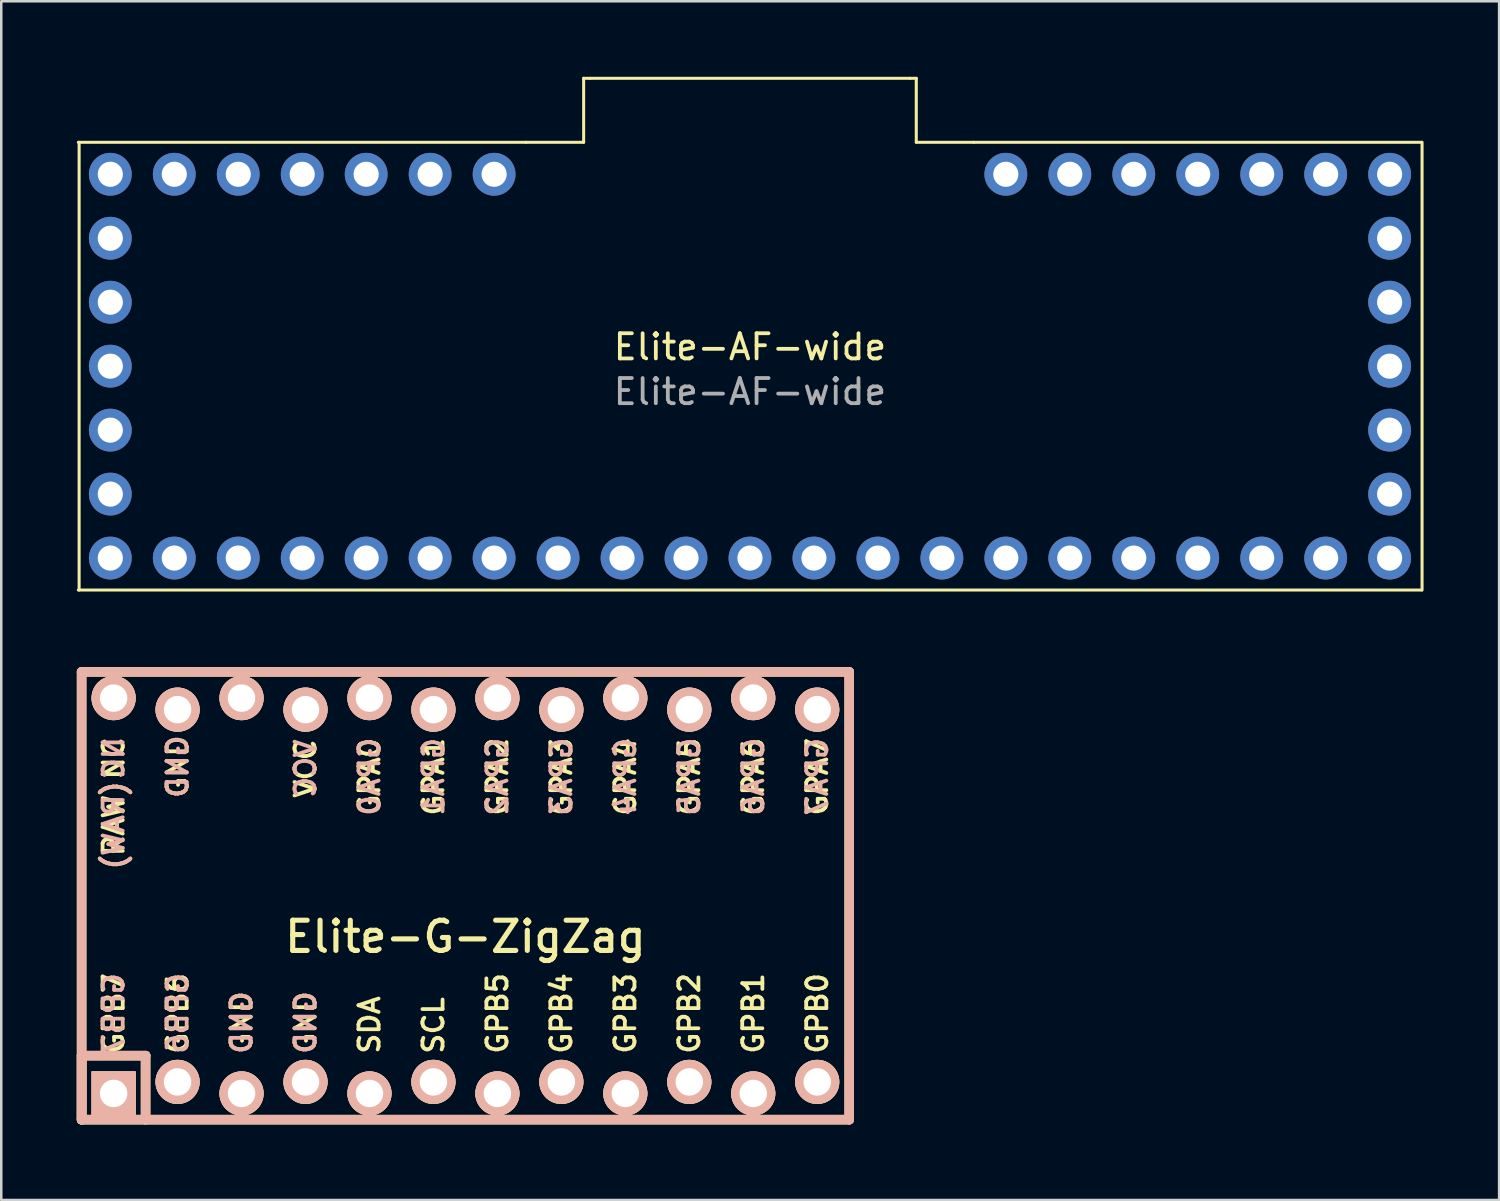
<source format=kicad_pcb>
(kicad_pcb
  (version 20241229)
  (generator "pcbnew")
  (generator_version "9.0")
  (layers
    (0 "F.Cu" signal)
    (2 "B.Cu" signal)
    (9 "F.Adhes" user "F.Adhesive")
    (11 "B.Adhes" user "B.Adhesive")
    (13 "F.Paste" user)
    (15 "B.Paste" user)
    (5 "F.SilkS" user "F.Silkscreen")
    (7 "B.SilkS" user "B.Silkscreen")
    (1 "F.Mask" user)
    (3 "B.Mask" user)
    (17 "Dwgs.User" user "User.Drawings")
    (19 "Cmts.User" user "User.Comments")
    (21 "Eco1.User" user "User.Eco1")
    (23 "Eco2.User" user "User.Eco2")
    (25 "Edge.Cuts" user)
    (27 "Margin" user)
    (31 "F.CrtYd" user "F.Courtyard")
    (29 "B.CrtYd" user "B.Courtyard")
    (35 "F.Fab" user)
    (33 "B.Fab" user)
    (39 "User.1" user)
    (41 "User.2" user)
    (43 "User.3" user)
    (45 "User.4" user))
  (footprint "Elite-AF-wide"
    (layer "F.Cu")
    (at 26.73 11.49)
    (property "Reference" "Elite-AF-wide" (at 0 -0.762 0) (unlocked yes) (layer "F.SilkS") (effects (font (size 1 1) (thickness 0.15))))
    (attr through_hole)
    (fp_line (start -26.67 -8.89) (end -8.89 -8.89) (stroke (width 0.12) (type solid)) (layer "F.SilkS"))
    (fp_line (start -26.67 8.89) (end 26.67 8.89) (stroke (width 0.12) (type solid)) (layer "F.SilkS"))
    (fp_line (start -26.638 8.89) (end -26.638 -8.89) (stroke (width 0.12) (type solid)) (layer "F.SilkS"))
    (fp_line (start -8.89 -8.89) (end -6.604 -8.89) (stroke (width 0.12) (type solid)) (layer "F.SilkS"))
    (fp_line (start -6.604 -11.43) (end -6.35 -11.43) (stroke (width 0.12) (type solid)) (layer "F.SilkS"))
    (fp_line (start -6.604 -8.89) (end -6.604 -11.43) (stroke (width 0.12) (type solid)) (layer "F.SilkS"))
    (fp_line (start -6.35 -11.43) (end 6.35 -11.43) (stroke (width 0.12) (type solid)) (layer "F.SilkS"))
    (fp_line (start 6.604 -11.43) (end 6.35 -11.43) (stroke (width 0.12) (type solid)) (layer "F.SilkS"))
    (fp_line (start 6.604 -8.89) (end 6.604 -11.43) (stroke (width 0.12) (type solid)) (layer "F.SilkS"))
    (fp_line (start 8.89 -8.89) (end 6.604 -8.89) (stroke (width 0.12) (type solid)) (layer "F.SilkS"))
    (fp_line (start 26.67 -8.89) (end 8.89 -8.89) (stroke (width 0.12) (type solid)) (layer "F.SilkS"))
    (fp_line (start 26.688 8.89) (end 26.688 -8.89) (stroke (width 0.12) (type solid)) (layer "F.SilkS"))
    (fp_text user "${REFERENCE}" (at 0 1.016 0) (unlocked yes) (layer "F.Fab") (effects (font (size 1 1) (thickness 0.15))))
    (pad "1" thru_hole circle (at -10.16 -7.62) (size 1.7 1.7) (drill 1) (layers "*.Cu" "*.Mask"))
    (pad "2" thru_hole circle (at -12.7 -7.62) (size 1.7 1.7) (drill 1) (layers "*.Cu" "*.Mask"))
    (pad "3" thru_hole circle (at -15.24 -7.62) (size 1.7 1.7) (drill 1) (layers "*.Cu" "*.Mask"))
    (pad "4" thru_hole circle (at -17.78 -7.62) (size 1.7 1.7) (drill 1) (layers "*.Cu" "*.Mask"))
    (pad "5" thru_hole circle (at -20.32 -7.62) (size 1.7 1.7) (drill 1) (layers "*.Cu" "*.Mask"))
    (pad "6" thru_hole circle (at -25.4 -7.62) (size 1.7 1.7) (drill 1) (layers "*.Cu" "*.Mask"))
    (pad "6" thru_hole circle (at -22.86 -7.62) (size 1.7 1.7) (drill 1) (layers "*.Cu" "*.Mask"))
    (pad "7" thru_hole circle (at -25.4 -5.08) (size 1.7 1.7) (drill 1) (layers "*.Cu" "*.Mask"))
    (pad "8" thru_hole circle (at -25.4 -2.54) (size 1.7 1.7) (drill 1) (layers "*.Cu" "*.Mask"))
    (pad "9" thru_hole circle (at -25.4 0) (size 1.7 1.7) (drill 1) (layers "*.Cu" "*.Mask"))
    (pad "10" thru_hole circle (at -25.4 2.54) (size 1.7 1.7) (drill 1) (layers "*.Cu" "*.Mask"))
    (pad "11" thru_hole circle (at -25.4 5.08) (size 1.7 1.7) (drill 1) (layers "*.Cu" "*.Mask"))
    (pad "12" thru_hole circle (at -25.4 7.62) (size 1.7 1.7) (drill 1) (layers "*.Cu" "*.Mask"))
    (pad "12" thru_hole circle (at -22.86 7.62) (size 1.7 1.7) (drill 1) (layers "*.Cu" "*.Mask"))
    (pad "13" thru_hole circle (at -20.32 7.62) (size 1.7 1.7) (drill 1) (layers "*.Cu" "*.Mask"))
    (pad "14" thru_hole circle (at -17.78 7.62) (size 1.7 1.7) (drill 1) (layers "*.Cu" "*.Mask"))
    (pad "15" thru_hole circle (at -15.24 7.62) (size 1.7 1.7) (drill 1) (layers "*.Cu" "*.Mask"))
    (pad "16" thru_hole circle (at -12.7 7.62) (size 1.7 1.7) (drill 1) (layers "*.Cu" "*.Mask"))
    (pad "17" thru_hole circle (at -10.16 7.62) (size 1.7 1.7) (drill 1) (layers "*.Cu" "*.Mask"))
    (pad "18" thru_hole circle (at -7.62 7.62) (size 1.7 1.7) (drill 1) (layers "*.Cu" "*.Mask"))
    (pad "19" thru_hole circle (at -5.08 7.62) (size 1.7 1.7) (drill 1) (layers "*.Cu" "*.Mask"))
    (pad "20" thru_hole circle (at -2.54 7.62) (size 1.7 1.7) (drill 1) (layers "*.Cu" "*.Mask"))
    (pad "21" thru_hole circle (at 0 7.62) (size 1.7 1.7) (drill 1) (layers "*.Cu" "*.Mask"))
    (pad "22" thru_hole circle (at 2.54 7.62) (size 1.7 1.7) (drill 1) (layers "*.Cu" "*.Mask"))
    (pad "23" thru_hole circle (at 5.08 7.62) (size 1.7 1.7) (drill 1) (layers "*.Cu" "*.Mask"))
    (pad "24" thru_hole circle (at 7.62 7.62) (size 1.7 1.7) (drill 1) (layers "*.Cu" "*.Mask"))
    (pad "25" thru_hole circle (at 10.16 7.62) (size 1.7 1.7) (drill 1) (layers "*.Cu" "*.Mask"))
    (pad "26" thru_hole circle (at 12.7 7.62) (size 1.7 1.7) (drill 1) (layers "*.Cu" "*.Mask"))
    (pad "27" thru_hole circle (at 15.24 7.62) (size 1.7 1.7) (drill 1) (layers "*.Cu" "*.Mask"))
    (pad "28" thru_hole circle (at 17.78 7.62) (size 1.7 1.7) (drill 1) (layers "*.Cu" "*.Mask"))
    (pad "29" thru_hole circle (at 20.32 7.62) (size 1.7 1.7) (drill 1) (layers "*.Cu" "*.Mask"))
    (pad "30" thru_hole circle (at 22.86 7.62) (size 1.7 1.7) (drill 1) (layers "*.Cu" "*.Mask"))
    (pad "30" thru_hole circle (at 25.4 7.62) (size 1.7 1.7) (drill 1) (layers "*.Cu" "*.Mask"))
    (pad "31" thru_hole circle (at 25.4 5.08) (size 1.7 1.7) (drill 1) (layers "*.Cu" "*.Mask"))
    (pad "32" thru_hole circle (at 25.4 2.54) (size 1.7 1.7) (drill 1) (layers "*.Cu" "*.Mask"))
    (pad "33" thru_hole circle (at 25.4 0) (size 1.7 1.7) (drill 1) (layers "*.Cu" "*.Mask"))
    (pad "34" thru_hole circle (at 25.4 -2.54) (size 1.7 1.7) (drill 1) (layers "*.Cu" "*.Mask"))
    (pad "35" thru_hole circle (at 25.4 -5.08) (size 1.7 1.7) (drill 1) (layers "*.Cu" "*.Mask"))
    (pad "36" thru_hole circle (at 22.86 -7.62) (size 1.7 1.7) (drill 1) (layers "*.Cu" "*.Mask"))
    (pad "36" thru_hole circle (at 25.4 -7.62) (size 1.7 1.7) (drill 1) (layers "*.Cu" "*.Mask"))
    (pad "37" thru_hole circle (at 20.32 -7.62) (size 1.7 1.7) (drill 1) (layers "*.Cu" "*.Mask"))
    (pad "38" thru_hole circle (at 17.78 -7.62) (size 1.7 1.7) (drill 1) (layers "*.Cu" "*.Mask"))
    (pad "39" thru_hole circle (at 15.24 -7.62) (size 1.7 1.7) (drill 1) (layers "*.Cu" "*.Mask"))
    (pad "40" thru_hole circle (at 12.7 -7.62) (size 1.7 1.7) (drill 1) (layers "*.Cu" "*.Mask"))
    (pad "41" thru_hole circle (at 10.16 -7.62) (size 1.7 1.7) (drill 1) (layers "*.Cu" "*.Mask")))
  (footprint "Elite-G-ZigZag"
    (layer "F.Cu")
    (at 15.431 32.52)
    (property "Reference" "Elite-G-ZigZag" (at 0 1.625 0) (layer "F.SilkS") (effects (font (size 1.2 1.2) (thickness 0.203))))
    (fp_line (start -15.24 -8.89) (end -15.24 8.89) (stroke (width 0.381) (type solid)) (layer "F.SilkS"))
    (fp_line (start -15.24 6.35) (end -15.24 8.89) (stroke (width 0.381) (type solid)) (layer "F.SilkS"))
    (fp_line (start -15.24 6.35) (end -12.7 6.35) (stroke (width 0.381) (type solid)) (layer "F.SilkS"))
    (fp_line (start -15.24 8.89) (end 15.24 8.89) (stroke (width 0.381) (type solid)) (layer "F.SilkS"))
    (fp_line (start -12.7 6.35) (end -12.7 8.89) (stroke (width 0.381) (type solid)) (layer "F.SilkS"))
    (fp_line (start 15.24 -8.89) (end -15.24 -8.89) (stroke (width 0.381) (type solid)) (layer "F.SilkS"))
    (fp_line (start 15.24 8.89) (end 15.24 -8.89) (stroke (width 0.381) (type solid)) (layer "F.SilkS"))
    (fp_line (start -15.24 -8.89) (end -15.24 8.89) (stroke (width 0.381) (type solid)) (layer "B.SilkS"))
    (fp_line (start -15.24 6.35) (end -15.24 8.89) (stroke (width 0.381) (type solid)) (layer "B.SilkS"))
    (fp_line (start -15.24 6.35) (end -12.7 6.35) (stroke (width 0.381) (type solid)) (layer "B.SilkS"))
    (fp_line (start -15.24 8.89) (end 15.24 8.89) (stroke (width 0.381) (type solid)) (layer "B.SilkS"))
    (fp_line (start -12.7 6.35) (end -12.7 8.89) (stroke (width 0.381) (type solid)) (layer "B.SilkS"))
    (fp_line (start 15.24 -8.89) (end -15.24 -8.89) (stroke (width 0.381) (type solid)) (layer "B.SilkS"))
    (fp_line (start 15.24 8.89) (end 15.24 -8.89) (stroke (width 0.381) (type solid)) (layer "B.SilkS"))
    (fp_text user "GPA0" (at -3.81 -6.35 270) (layer "F.SilkS") (effects (font (size 0.8 0.8) (thickness 0.15)) (justify right)))
    (fp_text user "SCL" (at -1.27 6.35 270) (layer "F.SilkS") (effects (font (size 0.8 0.8) (thickness 0.15)) (justify left)))
    (fp_text user "GPB1" (at 11.43 6.35 270) (layer "F.SilkS") (effects (font (size 0.8 0.8) (thickness 0.15)) (justify left)))
    (fp_text user "GPB5" (at 1.27 6.35 270) (layer "F.SilkS") (effects (font (size 0.8 0.8) (thickness 0.15)) (justify left)))
    (fp_text user "GPB7" (at -13.97 6.35 270) (layer "F.SilkS") (effects (font (size 0.8 0.8) (thickness 0.15)) (justify left)))
    (fp_text user "GPA6" (at 11.43 -6.35 270) (layer "F.SilkS") (effects (font (size 0.8 0.8) (thickness 0.15)) (justify right)))
    (fp_text user "(RAW)" (at -13.97 -2.794 90) (layer "F.SilkS") (effects (font (size 0.8 0.8) (thickness 0.15))))
    (fp_text user "SDA" (at -3.81 6.35 270) (layer "F.SilkS") (effects (font (size 0.8 0.8) (thickness 0.15)) (justify left)))
    (fp_text user "GPA4" (at 6.35 -6.35 270) (layer "F.SilkS") (effects (font (size 0.8 0.8) (thickness 0.15)) (justify right)))
    (fp_text user "GPB3" (at 6.35 6.35 270) (layer "F.SilkS") (effects (font (size 0.8 0.8) (thickness 0.15)) (justify left)))
    (fp_text user "GND" (at -11.43 -3.81 90) (layer "F.SilkS") (effects (font (size 0.8 0.8) (thickness 0.15)) (justify left)))
    (fp_text user "GPA1" (at -1.27 -6.35 270) (layer "F.SilkS") (effects (font (size 0.8 0.8) (thickness 0.15)) (justify right)))
    (fp_text user "GPA5" (at 8.89 -6.35 270) (layer "F.SilkS") (effects (font (size 0.8 0.8) (thickness 0.15)) (justify right)))
    (fp_text user "GPB2" (at 8.89 6.35 270) (layer "F.SilkS") (effects (font (size 0.8 0.8) (thickness 0.15)) (justify left)))
    (fp_text user "VCC" (at -6.35 -3.81 270) (layer "F.SilkS") (effects (font (size 0.8 0.8) (thickness 0.15)) (justify left)))
    (fp_text user "GND" (at -6.35 6.35 270) (layer "F.SilkS") (effects (font (size 0.8 0.8) (thickness 0.15)) (justify left)))
    (fp_text user "GPB4" (at 3.81 6.35 270) (layer "F.SilkS") (effects (font (size 0.8 0.8) (thickness 0.15)) (justify left)))
    (fp_text user "NC" (at -13.97 -5.461 90) (layer "F.SilkS") (effects (font (size 0.8 0.8) (thickness 0.15))))
    (fp_text user "GPA3" (at 3.81 -6.35 270) (layer "F.SilkS") (effects (font (size 0.8 0.8) (thickness 0.15)) (justify right)))
    (fp_text user "GPA2" (at 1.27 -6.35 270) (layer "F.SilkS") (effects (font (size 0.8 0.8) (thickness 0.15)) (justify right)))
    (fp_text user "GND" (at -8.89 6.35 270) (layer "F.SilkS") (effects (font (size 0.8 0.8) (thickness 0.15)) (justify left)))
    (fp_text user "GPB0" (at 13.97 6.35 270) (layer "F.SilkS") (effects (font (size 0.8 0.8) (thickness 0.15)) (justify left)))
    (fp_text user "GPA7" (at 13.97 -6.35 270) (layer "F.SilkS") (effects (font (size 0.8 0.8) (thickness 0.15)) (justify right)))
    (fp_text user "GPB6" (at -11.43 6.35 270) (layer "F.SilkS") (effects (font (size 0.8 0.8) (thickness 0.15)) (justify left)))
    (fp_text user "(RAW)" (at -13.97 -2.794 90) (layer "B.SilkS") (effects (font (size 0.8 0.8) (thickness 0.15)) (justify mirror)))
    (fp_text user "GPB6" (at -11.43 6.35 90) (layer "B.SilkS") (effects (font (size 0.8 0.8) (thickness 0.15)) (justify right mirror)))
    (fp_text user "GPA7" (at 13.97 -6.35 90) (layer "B.SilkS") (effects (font (size 0.8 0.8) (thickness 0.15)) (justify left mirror)))
    (fp_text user "GND" (at -8.89 6.35 90) (layer "B.SilkS") (effects (font (size 0.8 0.8) (thickness 0.15)) (justify right mirror)))
    (fp_text user "GPA3" (at 3.81 -6.35 90) (layer "B.SilkS") (effects (font (size 0.8 0.8) (thickness 0.15)) (justify left mirror)))
    (fp_text user "GND" (at -11.43 -3.81 90) (layer "B.SilkS") (effects (font (size 0.8 0.8) (thickness 0.15)) (justify right mirror)))
    (fp_text user "GND" (at -6.35 6.35 90) (layer "B.SilkS") (effects (font (size 0.8 0.8) (thickness 0.15)) (justify right mirror)))
    (fp_text user "GPA5" (at 8.89 -6.35 90) (layer "B.SilkS") (effects (font (size 0.8 0.8) (thickness 0.15)) (justify left mirror)))
    (fp_text user "GPA2" (at 1.27 -6.35 90) (layer "B.SilkS") (effects (font (size 0.8 0.8) (thickness 0.15)) (justify left mirror)))
    (fp_text user "NC" (at -13.97 -5.461 90) (layer "B.SilkS") (effects (font (size 0.8 0.8) (thickness 0.15)) (justify mirror)))
    (fp_text user "GPB7" (at -13.97 6.35 90) (layer "B.SilkS") (effects (font (size 0.8 0.8) (thickness 0.15)) (justify right mirror)))
    (fp_text user "GPA4" (at 6.35 -6.35 90) (layer "B.SilkS") (effects (font (size 0.8 0.8) (thickness 0.15)) (justify left mirror)))
    (fp_text user "GPA1" (at -1.27 -6.35 90) (layer "B.SilkS") (effects (font (size 0.8 0.8) (thickness 0.15)) (justify left mirror)))
    (fp_text user "VCC" (at -6.35 -3.81 90) (layer "B.SilkS") (effects (font (size 0.8 0.8) (thickness 0.15)) (justify right mirror)))
    (fp_text user "GPA6" (at 11.43 -6.35 90) (layer "B.SilkS") (effects (font (size 0.8 0.8) (thickness 0.15)) (justify left mirror)))
    (fp_text user "GPA0" (at -3.81 -6.35 90) (layer "B.SilkS") (effects (font (size 0.8 0.8) (thickness 0.15)) (justify left mirror)))
    (pad "1" thru_hole rect (at -13.97 7.849) (size 1.753 1.753) (drill 1.092) (layers "*.Cu" "*.SilkS" "*.Mask"))
    (pad "2" thru_hole circle (at -11.43 7.391) (size 1.753 1.753) (drill 1.092) (layers "*.Cu" "*.SilkS" "*.Mask"))
    (pad "3" thru_hole circle (at -8.89 7.849) (size 1.753 1.753) (drill 1.092) (layers "*.Cu" "*.SilkS" "*.Mask"))
    (pad "4" thru_hole circle (at -6.35 7.391) (size 1.753 1.753) (drill 1.092) (layers "*.Cu" "*.SilkS" "*.Mask"))
    (pad "5" thru_hole circle (at -3.81 7.849) (size 1.753 1.753) (drill 1.092) (layers "*.Cu" "*.SilkS" "*.Mask"))
    (pad "6" thru_hole circle (at -1.27 7.391) (size 1.753 1.753) (drill 1.092) (layers "*.Cu" "*.SilkS" "*.Mask"))
    (pad "7" thru_hole circle (at 1.27 7.849) (size 1.753 1.753) (drill 1.092) (layers "*.Cu" "*.SilkS" "*.Mask"))
    (pad "8" thru_hole circle (at 3.81 7.391) (size 1.753 1.753) (drill 1.092) (layers "*.Cu" "*.SilkS" "*.Mask"))
    (pad "9" thru_hole circle (at 6.35 7.849) (size 1.753 1.753) (drill 1.092) (layers "*.Cu" "*.SilkS" "*.Mask"))
    (pad "10" thru_hole circle (at 8.89 7.391) (size 1.753 1.753) (drill 1.092) (layers "*.Cu" "*.SilkS" "*.Mask"))
    (pad "11" thru_hole circle (at 11.43 7.849) (size 1.753 1.753) (drill 1.092) (layers "*.Cu" "*.SilkS" "*.Mask"))
    (pad "12" thru_hole circle (at 13.97 7.391) (size 1.753 1.753) (drill 1.092) (layers "*.Cu" "*.SilkS" "*.Mask"))
    (pad "13" thru_hole circle (at 13.97 -7.391) (size 1.753 1.753) (drill 1.092) (layers "*.Cu" "*.SilkS" "*.Mask"))
    (pad "14" thru_hole circle (at 11.43 -7.849) (size 1.753 1.753) (drill 1.092) (layers "*.Cu" "*.SilkS" "*.Mask"))
    (pad "15" thru_hole circle (at 8.89 -7.391) (size 1.753 1.753) (drill 1.092) (layers "*.Cu" "*.SilkS" "*.Mask"))
    (pad "16" thru_hole circle (at 6.35 -7.849) (size 1.753 1.753) (drill 1.092) (layers "*.Cu" "*.SilkS" "*.Mask"))
    (pad "17" thru_hole circle (at 3.81 -7.391) (size 1.753 1.753) (drill 1.092) (layers "*.Cu" "*.SilkS" "*.Mask"))
    (pad "18" thru_hole circle (at 1.27 -7.849) (size 1.753 1.753) (drill 1.092) (layers "*.Cu" "*.SilkS" "*.Mask"))
    (pad "19" thru_hole circle (at -1.27 -7.391) (size 1.753 1.753) (drill 1.092) (layers "*.Cu" "*.SilkS" "*.Mask"))
    (pad "20" thru_hole circle (at -3.81 -7.849) (size 1.753 1.753) (drill 1.092) (layers "*.Cu" "*.SilkS" "*.Mask"))
    (pad "21" thru_hole circle (at -6.35 -7.391) (size 1.753 1.753) (drill 1.092) (layers "*.Cu" "*.SilkS" "*.Mask"))
    (pad "22" thru_hole circle (at -8.89 -7.849) (size 1.753 1.753) (drill 1.092) (layers "*.Cu" "*.SilkS" "*.Mask"))
    (pad "23" thru_hole circle (at -11.43 -7.391) (size 1.753 1.753) (drill 1.092) (layers "*.Cu" "*.SilkS" "*.Mask"))
    (pad "24" thru_hole circle (at -13.97 -7.849) (size 1.753 1.753) (drill 1.092) (layers "*.Cu" "*.SilkS" "*.Mask")))
  (gr_rect
    (start -3 -3)
    (end 56.478 44.601)
    (stroke (width 0.1) (type default))
    (fill no)
    (layer "Edge.Cuts")))
</source>
